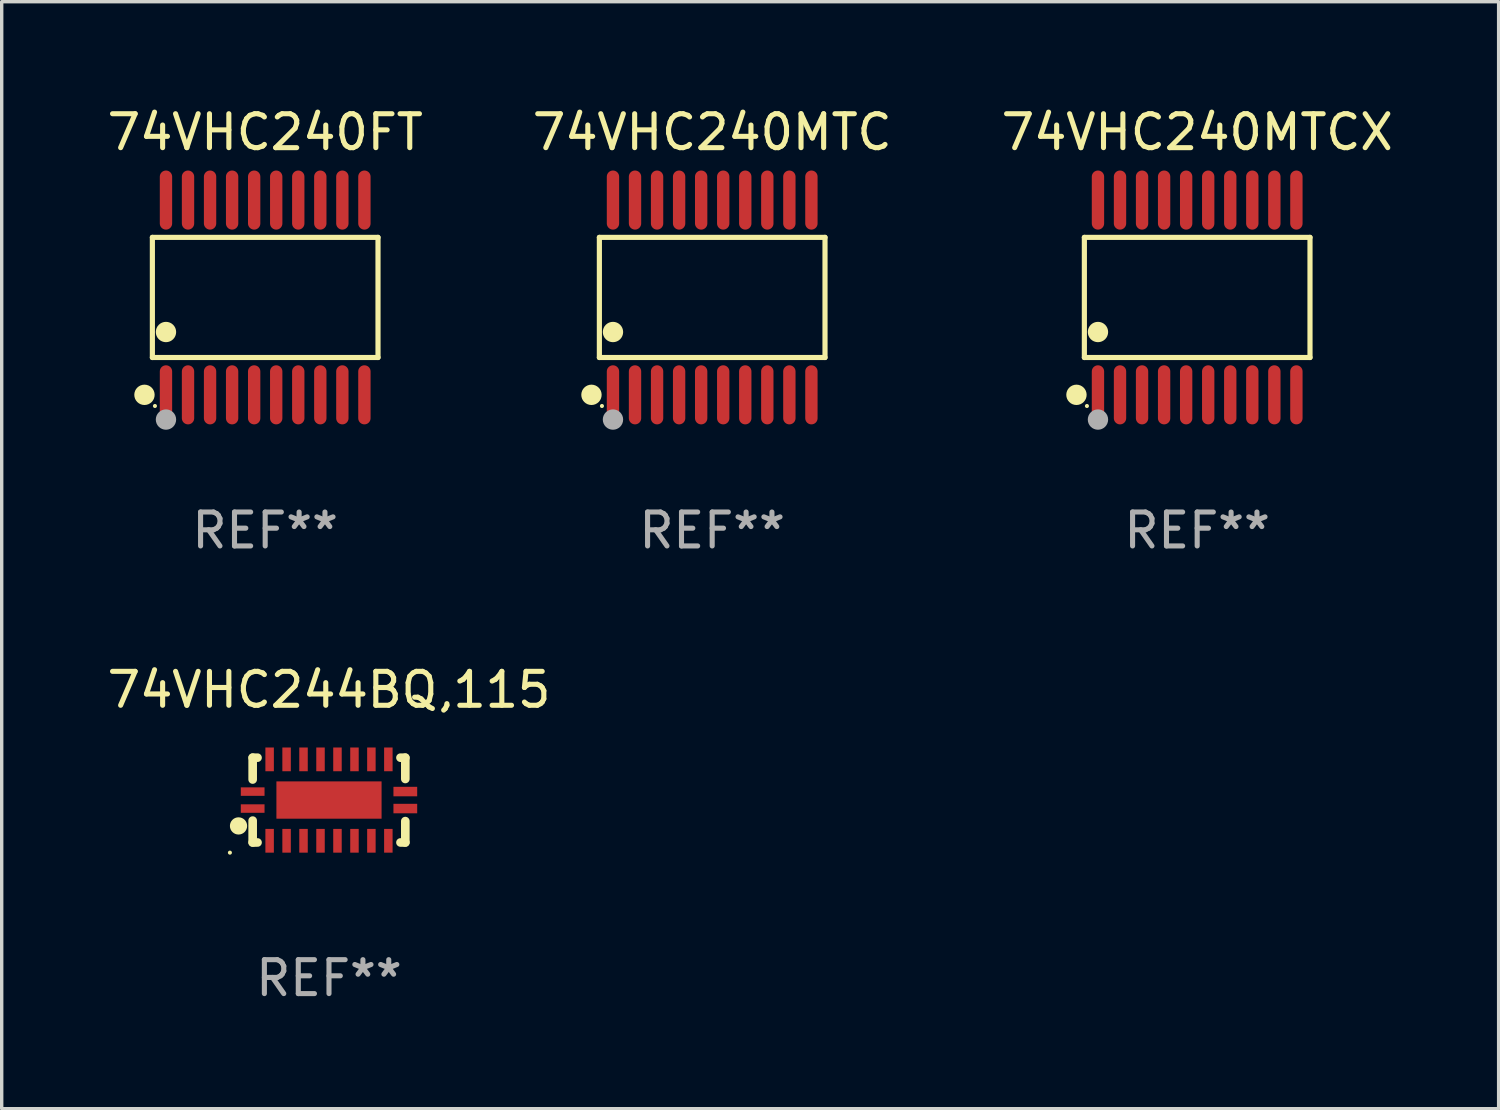
<source format=kicad_pcb>
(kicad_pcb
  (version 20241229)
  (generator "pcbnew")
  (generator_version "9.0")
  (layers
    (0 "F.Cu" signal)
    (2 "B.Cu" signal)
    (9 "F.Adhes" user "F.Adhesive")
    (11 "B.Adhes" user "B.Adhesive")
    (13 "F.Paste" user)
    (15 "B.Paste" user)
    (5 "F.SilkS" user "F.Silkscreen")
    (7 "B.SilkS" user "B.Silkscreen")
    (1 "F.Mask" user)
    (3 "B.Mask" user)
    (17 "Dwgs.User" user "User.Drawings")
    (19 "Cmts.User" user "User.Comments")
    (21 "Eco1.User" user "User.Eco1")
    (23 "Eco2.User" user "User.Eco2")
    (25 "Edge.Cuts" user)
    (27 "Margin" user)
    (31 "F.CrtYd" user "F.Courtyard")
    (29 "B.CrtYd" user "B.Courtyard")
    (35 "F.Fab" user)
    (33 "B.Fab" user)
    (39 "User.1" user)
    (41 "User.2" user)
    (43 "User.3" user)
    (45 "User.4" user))
  (footprint "74VHC240MTCX"
    (layer "F.Cu")
    (at 32.244 5.719)
    (property "Reference" "74VHC240MTCX" (at 0 -4.871 0) (layer "F.SilkS") (effects (font (size 1 1) (thickness 0.15))))
    (attr through_hole)
    (fp_line (start -3.326 -1.771) (end 3.326 -1.771) (stroke (width 0.152) (type solid)) (layer "F.SilkS"))
    (fp_line (start -3.326 1.771) (end -3.326 -1.771) (stroke (width 0.152) (type solid)) (layer "F.SilkS"))
    (fp_line (start 3.326 -1.771) (end 3.326 1.771) (stroke (width 0.152) (type solid)) (layer "F.SilkS"))
    (fp_line (start 3.326 1.771) (end -3.326 1.771) (stroke (width 0.152) (type solid)) (layer "F.SilkS"))
    (fp_circle (center -3.559 2.871) (end -3.409 2.871) (stroke (width 0.3) (type solid)) (fill no) (layer "F.SilkS"))
    (fp_circle (center -3.25 3.2) (end -3.22 3.2) (stroke (width 0.06) (type solid)) (fill no) (layer "F.SilkS"))
    (fp_circle (center -2.925 1.019) (end -2.775 1.019) (stroke (width 0.3) (type solid)) (fill no) (layer "F.SilkS"))
    (fp_circle (center -2.925 3.6) (end -2.775 3.6) (stroke (width 0.3) (type solid)) (fill no) (layer "F.Fab"))
    (fp_text user "REF**" (at 0 6.871 0) (layer "F.Fab") (effects (font (size 1 1) (thickness 0.15))))
    (pad "1" smd oval (at -2.925 2.871) (size 0.364 1.742) (layers "F.Cu" "F.Mask" "F.Paste"))
    (pad "2" smd oval (at -2.275 2.871) (size 0.364 1.742) (layers "F.Cu" "F.Mask" "F.Paste"))
    (pad "3" smd oval (at -1.625 2.871) (size 0.364 1.742) (layers "F.Cu" "F.Mask" "F.Paste"))
    (pad "4" smd oval (at -0.975 2.871) (size 0.364 1.742) (layers "F.Cu" "F.Mask" "F.Paste"))
    (pad "5" smd oval (at -0.325 2.871) (size 0.364 1.742) (layers "F.Cu" "F.Mask" "F.Paste"))
    (pad "6" smd oval (at 0.325 2.871) (size 0.364 1.742) (layers "F.Cu" "F.Mask" "F.Paste"))
    (pad "7" smd oval (at 0.975 2.871) (size 0.364 1.742) (layers "F.Cu" "F.Mask" "F.Paste"))
    (pad "8" smd oval (at 1.625 2.871) (size 0.364 1.742) (layers "F.Cu" "F.Mask" "F.Paste"))
    (pad "9" smd oval (at 2.275 2.871) (size 0.364 1.742) (layers "F.Cu" "F.Mask" "F.Paste"))
    (pad "10" smd oval (at 2.925 2.871) (size 0.364 1.742) (layers "F.Cu" "F.Mask" "F.Paste"))
    (pad "11" smd oval (at 2.925 -2.871) (size 0.364 1.742) (layers "F.Cu" "F.Mask" "F.Paste"))
    (pad "12" smd oval (at 2.275 -2.871) (size 0.364 1.742) (layers "F.Cu" "F.Mask" "F.Paste"))
    (pad "13" smd oval (at 1.625 -2.871) (size 0.364 1.742) (layers "F.Cu" "F.Mask" "F.Paste"))
    (pad "14" smd oval (at 0.975 -2.871) (size 0.364 1.742) (layers "F.Cu" "F.Mask" "F.Paste"))
    (pad "15" smd oval (at 0.325 -2.871) (size 0.364 1.742) (layers "F.Cu" "F.Mask" "F.Paste"))
    (pad "16" smd oval (at -0.325 -2.871) (size 0.364 1.742) (layers "F.Cu" "F.Mask" "F.Paste"))
    (pad "17" smd oval (at -0.975 -2.871) (size 0.364 1.742) (layers "F.Cu" "F.Mask" "F.Paste"))
    (pad "18" smd oval (at -1.625 -2.871) (size 0.364 1.742) (layers "F.Cu" "F.Mask" "F.Paste"))
    (pad "19" smd oval (at -2.275 -2.871) (size 0.364 1.742) (layers "F.Cu" "F.Mask" "F.Paste"))
    (pad "20" smd oval (at -2.925 -2.871) (size 0.364 1.742) (layers "F.Cu" "F.Mask" "F.Paste")))
  (footprint "74VHC244BQ,115"
    (layer "F.Cu")
    (at 6.649 20.537)
    (property "Reference" "74VHC244BQ,115" (at 0 -3.25 0) (layer "F.SilkS") (effects (font (size 1 1) (thickness 0.15))))
    (attr through_hole)
    (fp_line (start -2.25 0.605) (end -2.25 1.25) (stroke (width 0.254) (type solid)) (layer "F.SilkS"))
    (fp_line (start -2.25 1.25) (end -2.107 1.25) (stroke (width 0.254) (type solid)) (layer "F.SilkS"))
    (fp_line (start -2.25 -1.25) (end -2.25 -0.606) (stroke (width 0.254) (type solid)) (layer "F.SilkS"))
    (fp_line (start -2.25 -1.25) (end -2.107 -1.25) (stroke (width 0.254) (type solid)) (layer "F.SilkS"))
    (fp_line (start 2.107 -1.25) (end 2.25 -1.25) (stroke (width 0.254) (type solid)) (layer "F.SilkS"))
    (fp_line (start 2.107 1.25) (end 2.25 1.25) (stroke (width 0.254) (type solid)) (layer "F.SilkS"))
    (fp_line (start 2.25 -1.25) (end 2.25 -0.622) (stroke (width 0.254) (type solid)) (layer "F.SilkS"))
    (fp_line (start 2.25 0.62) (end 2.25 1.25) (stroke (width 0.254) (type solid)) (layer "F.SilkS"))
    (fp_circle (center -2.921 1.55) (end -2.891 1.55) (stroke (width 0.06) (type solid)) (fill no) (layer "F.SilkS"))
    (fp_circle (center -2.667 0.762) (end -2.54 0.762) (stroke (width 0.254) (type solid)) (fill no) (layer "F.SilkS"))
    (fp_text user "REF**" (at 0 5.25 0) (layer "F.Fab") (effects (font (size 1 1) (thickness 0.15))))
    (pad "1" smd rect (at -2.25 0.25 180) (size 0.7 0.25) (layers "F.Cu" "F.Mask" "F.Paste"))
    (pad "2" smd rect (at -1.75 1.2 90) (size 0.7 0.25) (layers "F.Cu" "F.Mask" "F.Paste"))
    (pad "3" smd rect (at -1.25 1.2 90) (size 0.7 0.25) (layers "F.Cu" "F.Mask" "F.Paste"))
    (pad "4" smd rect (at -0.751 1.2 90) (size 0.7 0.25) (layers "F.Cu" "F.Mask" "F.Paste"))
    (pad "5" smd rect (at -0.25 1.2 90) (size 0.7 0.25) (layers "F.Cu" "F.Mask" "F.Paste"))
    (pad "6" smd rect (at 0.25 1.2 90) (size 0.7 0.25) (layers "F.Cu" "F.Mask" "F.Paste"))
    (pad "7" smd rect (at 0.751 1.2 90) (size 0.7 0.25) (layers "F.Cu" "F.Mask" "F.Paste"))
    (pad "8" smd rect (at 1.25 1.2 90) (size 0.7 0.25) (layers "F.Cu" "F.Mask" "F.Paste"))
    (pad "9" smd rect (at 1.75 1.2 90) (size 0.7 0.25) (layers "F.Cu" "F.Mask" "F.Paste"))
    (pad "10" smd rect (at 2.25 0.25 180) (size 0.7 0.28) (layers "F.Cu" "F.Mask" "F.Paste"))
    (pad "11" smd rect (at 2.25 -0.251 180) (size 0.7 0.28) (layers "F.Cu" "F.Mask" "F.Paste"))
    (pad "12" smd rect (at 1.75 -1.2 90) (size 0.7 0.25) (layers "F.Cu" "F.Mask" "F.Paste"))
    (pad "13" smd rect (at 1.25 -1.2 90) (size 0.7 0.25) (layers "F.Cu" "F.Mask" "F.Paste"))
    (pad "14" smd rect (at 0.751 -1.2 90) (size 0.7 0.25) (layers "F.Cu" "F.Mask" "F.Paste"))
    (pad "15" smd rect (at 0.25 -1.2 90) (size 0.7 0.25) (layers "F.Cu" "F.Mask" "F.Paste"))
    (pad "16" smd rect (at -0.25 -1.2 90) (size 0.7 0.25) (layers "F.Cu" "F.Mask" "F.Paste"))
    (pad "17" smd rect (at -0.751 -1.2 90) (size 0.7 0.25) (layers "F.Cu" "F.Mask" "F.Paste"))
    (pad "18" smd rect (at -1.25 -1.2 90) (size 0.7 0.25) (layers "F.Cu" "F.Mask" "F.Paste"))
    (pad "19" smd rect (at -1.75 -1.2 90) (size 0.7 0.25) (layers "F.Cu" "F.Mask" "F.Paste"))
    (pad "20" smd rect (at -2.25 -0.25 180) (size 0.7 0.25) (layers "F.Cu" "F.Mask" "F.Paste"))
    (pad "21" smd rect (at 0 -0.001 180) (size 3.1 1.1) (layers "F.Cu" "F.Mask" "F.Paste")))
  (footprint "74VHC240FT"
    (layer "F.Cu")
    (at 4.768 5.719)
    (property "Reference" "74VHC240FT" (at 0 -4.871 0) (layer "F.SilkS") (effects (font (size 1 1) (thickness 0.15))))
    (attr through_hole)
    (fp_line (start -3.326 -1.771) (end 3.326 -1.771) (stroke (width 0.152) (type solid)) (layer "F.SilkS"))
    (fp_line (start -3.326 1.771) (end -3.326 -1.771) (stroke (width 0.152) (type solid)) (layer "F.SilkS"))
    (fp_line (start 3.326 -1.771) (end 3.326 1.771) (stroke (width 0.152) (type solid)) (layer "F.SilkS"))
    (fp_line (start 3.326 1.771) (end -3.326 1.771) (stroke (width 0.152) (type solid)) (layer "F.SilkS"))
    (fp_circle (center -3.559 2.871) (end -3.409 2.871) (stroke (width 0.3) (type solid)) (fill no) (layer "F.SilkS"))
    (fp_circle (center -3.25 3.2) (end -3.22 3.2) (stroke (width 0.06) (type solid)) (fill no) (layer "F.SilkS"))
    (fp_circle (center -2.925 1.019) (end -2.775 1.019) (stroke (width 0.3) (type solid)) (fill no) (layer "F.SilkS"))
    (fp_circle (center -2.925 3.6) (end -2.775 3.6) (stroke (width 0.3) (type solid)) (fill no) (layer "F.Fab"))
    (fp_text user "REF**" (at 0 6.871 0) (layer "F.Fab") (effects (font (size 1 1) (thickness 0.15))))
    (pad "1" smd oval (at -2.925 2.871) (size 0.364 1.742) (layers "F.Cu" "F.Mask" "F.Paste"))
    (pad "2" smd oval (at -2.275 2.871) (size 0.364 1.742) (layers "F.Cu" "F.Mask" "F.Paste"))
    (pad "3" smd oval (at -1.625 2.871) (size 0.364 1.742) (layers "F.Cu" "F.Mask" "F.Paste"))
    (pad "4" smd oval (at -0.975 2.871) (size 0.364 1.742) (layers "F.Cu" "F.Mask" "F.Paste"))
    (pad "5" smd oval (at -0.325 2.871) (size 0.364 1.742) (layers "F.Cu" "F.Mask" "F.Paste"))
    (pad "6" smd oval (at 0.325 2.871) (size 0.364 1.742) (layers "F.Cu" "F.Mask" "F.Paste"))
    (pad "7" smd oval (at 0.975 2.871) (size 0.364 1.742) (layers "F.Cu" "F.Mask" "F.Paste"))
    (pad "8" smd oval (at 1.625 2.871) (size 0.364 1.742) (layers "F.Cu" "F.Mask" "F.Paste"))
    (pad "9" smd oval (at 2.275 2.871) (size 0.364 1.742) (layers "F.Cu" "F.Mask" "F.Paste"))
    (pad "10" smd oval (at 2.925 2.871) (size 0.364 1.742) (layers "F.Cu" "F.Mask" "F.Paste"))
    (pad "11" smd oval (at 2.925 -2.871) (size 0.364 1.742) (layers "F.Cu" "F.Mask" "F.Paste"))
    (pad "12" smd oval (at 2.275 -2.871) (size 0.364 1.742) (layers "F.Cu" "F.Mask" "F.Paste"))
    (pad "13" smd oval (at 1.625 -2.871) (size 0.364 1.742) (layers "F.Cu" "F.Mask" "F.Paste"))
    (pad "14" smd oval (at 0.975 -2.871) (size 0.364 1.742) (layers "F.Cu" "F.Mask" "F.Paste"))
    (pad "15" smd oval (at 0.325 -2.871) (size 0.364 1.742) (layers "F.Cu" "F.Mask" "F.Paste"))
    (pad "16" smd oval (at -0.325 -2.871) (size 0.364 1.742) (layers "F.Cu" "F.Mask" "F.Paste"))
    (pad "17" smd oval (at -0.975 -2.871) (size 0.364 1.742) (layers "F.Cu" "F.Mask" "F.Paste"))
    (pad "18" smd oval (at -1.625 -2.871) (size 0.364 1.742) (layers "F.Cu" "F.Mask" "F.Paste"))
    (pad "19" smd oval (at -2.275 -2.871) (size 0.364 1.742) (layers "F.Cu" "F.Mask" "F.Paste"))
    (pad "20" smd oval (at -2.925 -2.871) (size 0.364 1.742) (layers "F.Cu" "F.Mask" "F.Paste")))
  (footprint "74VHC240MTC"
    (layer "F.Cu")
    (at 17.946 5.719)
    (property "Reference" "74VHC240MTC" (at 0 -4.871 0) (layer "F.SilkS") (effects (font (size 1 1) (thickness 0.15))))
    (attr through_hole)
    (fp_line (start -3.326 -1.771) (end 3.326 -1.771) (stroke (width 0.152) (type solid)) (layer "F.SilkS"))
    (fp_line (start -3.326 1.771) (end -3.326 -1.771) (stroke (width 0.152) (type solid)) (layer "F.SilkS"))
    (fp_line (start 3.326 -1.771) (end 3.326 1.771) (stroke (width 0.152) (type solid)) (layer "F.SilkS"))
    (fp_line (start 3.326 1.771) (end -3.326 1.771) (stroke (width 0.152) (type solid)) (layer "F.SilkS"))
    (fp_circle (center -3.559 2.871) (end -3.409 2.871) (stroke (width 0.3) (type solid)) (fill no) (layer "F.SilkS"))
    (fp_circle (center -3.25 3.2) (end -3.22 3.2) (stroke (width 0.06) (type solid)) (fill no) (layer "F.SilkS"))
    (fp_circle (center -2.925 1.019) (end -2.775 1.019) (stroke (width 0.3) (type solid)) (fill no) (layer "F.SilkS"))
    (fp_circle (center -2.925 3.6) (end -2.775 3.6) (stroke (width 0.3) (type solid)) (fill no) (layer "F.Fab"))
    (fp_text user "REF**" (at 0 6.871 0) (layer "F.Fab") (effects (font (size 1 1) (thickness 0.15))))
    (pad "1" smd oval (at -2.925 2.871) (size 0.364 1.742) (layers "F.Cu" "F.Mask" "F.Paste"))
    (pad "2" smd oval (at -2.275 2.871) (size 0.364 1.742) (layers "F.Cu" "F.Mask" "F.Paste"))
    (pad "3" smd oval (at -1.625 2.871) (size 0.364 1.742) (layers "F.Cu" "F.Mask" "F.Paste"))
    (pad "4" smd oval (at -0.975 2.871) (size 0.364 1.742) (layers "F.Cu" "F.Mask" "F.Paste"))
    (pad "5" smd oval (at -0.325 2.871) (size 0.364 1.742) (layers "F.Cu" "F.Mask" "F.Paste"))
    (pad "6" smd oval (at 0.325 2.871) (size 0.364 1.742) (layers "F.Cu" "F.Mask" "F.Paste"))
    (pad "7" smd oval (at 0.975 2.871) (size 0.364 1.742) (layers "F.Cu" "F.Mask" "F.Paste"))
    (pad "8" smd oval (at 1.625 2.871) (size 0.364 1.742) (layers "F.Cu" "F.Mask" "F.Paste"))
    (pad "9" smd oval (at 2.275 2.871) (size 0.364 1.742) (layers "F.Cu" "F.Mask" "F.Paste"))
    (pad "10" smd oval (at 2.925 2.871) (size 0.364 1.742) (layers "F.Cu" "F.Mask" "F.Paste"))
    (pad "11" smd oval (at 2.925 -2.871) (size 0.364 1.742) (layers "F.Cu" "F.Mask" "F.Paste"))
    (pad "12" smd oval (at 2.275 -2.871) (size 0.364 1.742) (layers "F.Cu" "F.Mask" "F.Paste"))
    (pad "13" smd oval (at 1.625 -2.871) (size 0.364 1.742) (layers "F.Cu" "F.Mask" "F.Paste"))
    (pad "14" smd oval (at 0.975 -2.871) (size 0.364 1.742) (layers "F.Cu" "F.Mask" "F.Paste"))
    (pad "15" smd oval (at 0.325 -2.871) (size 0.364 1.742) (layers "F.Cu" "F.Mask" "F.Paste"))
    (pad "16" smd oval (at -0.325 -2.871) (size 0.364 1.742) (layers "F.Cu" "F.Mask" "F.Paste"))
    (pad "17" smd oval (at -0.975 -2.871) (size 0.364 1.742) (layers "F.Cu" "F.Mask" "F.Paste"))
    (pad "18" smd oval (at -1.625 -2.871) (size 0.364 1.742) (layers "F.Cu" "F.Mask" "F.Paste"))
    (pad "19" smd oval (at -2.275 -2.871) (size 0.364 1.742) (layers "F.Cu" "F.Mask" "F.Paste"))
    (pad "20" smd oval (at -2.925 -2.871) (size 0.364 1.742) (layers "F.Cu" "F.Mask" "F.Paste")))
  (gr_rect
    (start -3 -3)
    (end 41.131 29.635)
    (stroke (width 0.1) (type default))
    (fill no)
    (layer "Edge.Cuts")))
</source>
